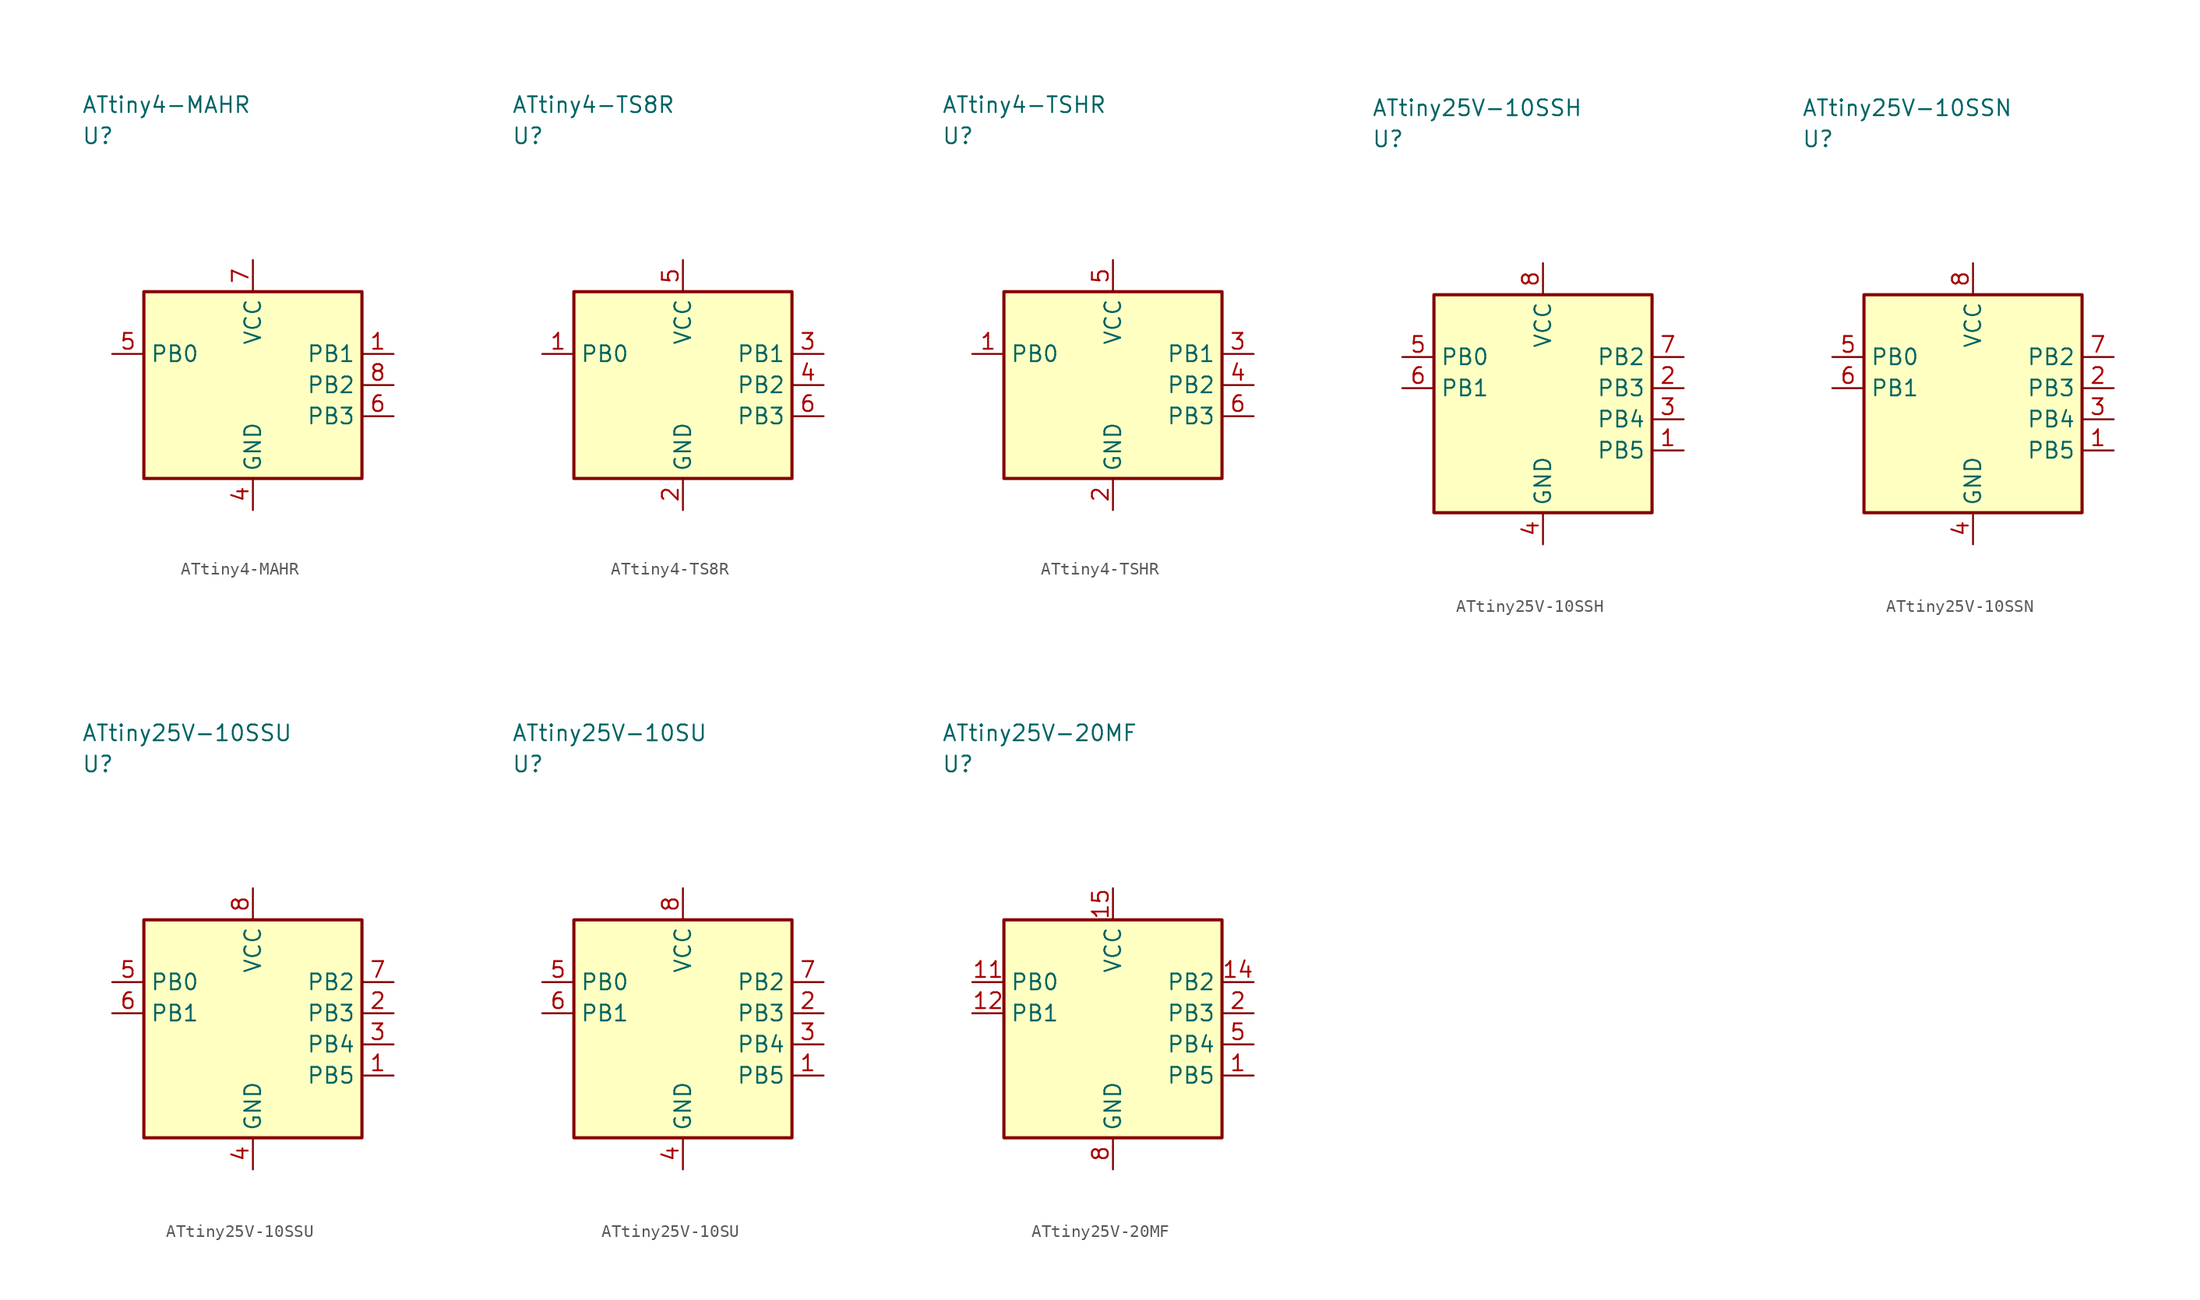
<source format=kicad_sym>
(kicad_symbol_lib
  (version 20241025)
  (generator "kicad_symbol_editor")
  (generator_version "8.0")
  (symbol "ATtiny4-MAHR"
    (property "Reference" "U"
      (at -13.75 20.0 0)
      (effects (font (size 1.27 1.27)) (justify left)))
    (property "Value" "ATtiny4-MAHR"
      (at -13.75 22.5 0)
      (effects (font (size 1.27 1.27)) (justify left)))
    (symbol "ATtiny4-MAHR_0_1"
      (rectangle (start -8.75 7.5) (end 8.75 -7.5) (stroke (width 0.254) (type default)) (fill (type background))))
    (symbol "ATtiny4-MAHR_1_1"
      (pin bidirectional line (at 11.29 2.5 180.0) (length 2.54) (name "PB1" (effects (font (size 1.27 1.27)))) (number "1" (effects (font (size 1.27 1.27)))))
      (pin passive line (at 0.0 -10.04 90.0) (length 2.54) (name "GND" (effects (font (size 1.27 1.27)))) (number "4" (effects (font (size 1.27 1.27)))))
      (pin bidirectional line (at -11.29 2.5 0.0) (length 2.54) (name "PB0" (effects (font (size 1.27 1.27)))) (number "5" (effects (font (size 1.27 1.27)))))
      (pin bidirectional line (at 11.29 -2.5 180.0) (length 2.54) (name "PB3" (effects (font (size 1.27 1.27)))) (number "6" (effects (font (size 1.27 1.27)))))
      (pin power_in line (at 0.0 10.04 270.0) (length 2.54) (name "VCC" (effects (font (size 1.27 1.27)))) (number "7" (effects (font (size 1.27 1.27)))))
      (pin bidirectional line (at 11.29 0.0 180.0) (length 2.54) (name "PB2" (effects (font (size 1.27 1.27)))) (number "8" (effects (font (size 1.27 1.27)))))))
  (symbol "ATtiny4-TS8R"
    (property "Reference" "U"
      (at -13.75 20.0 0)
      (effects (font (size 1.27 1.27)) (justify left)))
    (property "Value" "ATtiny4-TS8R"
      (at -13.75 22.5 0)
      (effects (font (size 1.27 1.27)) (justify left)))
    (symbol "ATtiny4-TS8R_0_1"
      (rectangle (start -8.75 7.5) (end 8.75 -7.5) (stroke (width 0.254) (type default)) (fill (type background))))
    (symbol "ATtiny4-TS8R_1_1"
      (pin bidirectional line (at -11.29 2.5 0.0) (length 2.54) (name "PB0" (effects (font (size 1.27 1.27)))) (number "1" (effects (font (size 1.27 1.27)))))
      (pin passive line (at 0.0 -10.04 90.0) (length 2.54) (name "GND" (effects (font (size 1.27 1.27)))) (number "2" (effects (font (size 1.27 1.27)))))
      (pin bidirectional line (at 11.29 2.5 180.0) (length 2.54) (name "PB1" (effects (font (size 1.27 1.27)))) (number "3" (effects (font (size 1.27 1.27)))))
      (pin bidirectional line (at 11.29 0.0 180.0) (length 2.54) (name "PB2" (effects (font (size 1.27 1.27)))) (number "4" (effects (font (size 1.27 1.27)))))
      (pin power_in line (at 0.0 10.04 270.0) (length 2.54) (name "VCC" (effects (font (size 1.27 1.27)))) (number "5" (effects (font (size 1.27 1.27)))))
      (pin bidirectional line (at 11.29 -2.5 180.0) (length 2.54) (name "PB3" (effects (font (size 1.27 1.27)))) (number "6" (effects (font (size 1.27 1.27)))))))
  (symbol "ATtiny4-TSHR"
    (property "Reference" "U"
      (at -13.75 20.0 0)
      (effects (font (size 1.27 1.27)) (justify left)))
    (property "Value" "ATtiny4-TSHR"
      (at -13.75 22.5 0)
      (effects (font (size 1.27 1.27)) (justify left)))
    (symbol "ATtiny4-TSHR_0_1"
      (rectangle (start -8.75 7.5) (end 8.75 -7.5) (stroke (width 0.254) (type default)) (fill (type background))))
    (symbol "ATtiny4-TSHR_1_1"
      (pin bidirectional line (at -11.29 2.5 0.0) (length 2.54) (name "PB0" (effects (font (size 1.27 1.27)))) (number "1" (effects (font (size 1.27 1.27)))))
      (pin passive line (at 0.0 -10.04 90.0) (length 2.54) (name "GND" (effects (font (size 1.27 1.27)))) (number "2" (effects (font (size 1.27 1.27)))))
      (pin bidirectional line (at 11.29 2.5 180.0) (length 2.54) (name "PB1" (effects (font (size 1.27 1.27)))) (number "3" (effects (font (size 1.27 1.27)))))
      (pin bidirectional line (at 11.29 0.0 180.0) (length 2.54) (name "PB2" (effects (font (size 1.27 1.27)))) (number "4" (effects (font (size 1.27 1.27)))))
      (pin power_in line (at 0.0 10.04 270.0) (length 2.54) (name "VCC" (effects (font (size 1.27 1.27)))) (number "5" (effects (font (size 1.27 1.27)))))
      (pin bidirectional line (at 11.29 -2.5 180.0) (length 2.54) (name "PB3" (effects (font (size 1.27 1.27)))) (number "6" (effects (font (size 1.27 1.27)))))))
  (symbol "ATtiny25V-10SSH"
    (property "Reference" "U"
      (at -13.75 21.25 0)
      (effects (font (size 1.27 1.27)) (justify left)))
    (property "Value" "ATtiny25V-10SSH"
      (at -13.75 23.75 0)
      (effects (font (size 1.27 1.27)) (justify left)))
    (symbol "ATtiny25V-10SSH_0_1"
      (rectangle (start -8.75 8.75) (end 8.75 -8.75) (stroke (width 0.254) (type default)) (fill (type background))))
    (symbol "ATtiny25V-10SSH_1_1"
      (pin bidirectional line (at 11.29 -3.75 180.0) (length 2.54) (name "PB5" (effects (font (size 1.27 1.27)))) (number "1" (effects (font (size 1.27 1.27)))))
      (pin bidirectional line (at 11.29 1.25 180.0) (length 2.54) (name "PB3" (effects (font (size 1.27 1.27)))) (number "2" (effects (font (size 1.27 1.27)))))
      (pin bidirectional line (at 11.29 -1.25 180.0) (length 2.54) (name "PB4" (effects (font (size 1.27 1.27)))) (number "3" (effects (font (size 1.27 1.27)))))
      (pin passive line (at 0.0 -11.29 90.0) (length 2.54) (name "GND" (effects (font (size 1.27 1.27)))) (number "4" (effects (font (size 1.27 1.27)))))
      (pin bidirectional line (at -11.29 3.75 0.0) (length 2.54) (name "PB0" (effects (font (size 1.27 1.27)))) (number "5" (effects (font (size 1.27 1.27)))))
      (pin bidirectional line (at -11.29 1.25 0.0) (length 2.54) (name "PB1" (effects (font (size 1.27 1.27)))) (number "6" (effects (font (size 1.27 1.27)))))
      (pin bidirectional line (at 11.29 3.75 180.0) (length 2.54) (name "PB2" (effects (font (size 1.27 1.27)))) (number "7" (effects (font (size 1.27 1.27)))))
      (pin power_in line (at 0.0 11.29 270.0) (length 2.54) (name "VCC" (effects (font (size 1.27 1.27)))) (number "8" (effects (font (size 1.27 1.27)))))))
  (symbol "ATtiny25V-10SSN"
    (property "Reference" "U"
      (at -13.75 21.25 0)
      (effects (font (size 1.27 1.27)) (justify left)))
    (property "Value" "ATtiny25V-10SSN"
      (at -13.75 23.75 0)
      (effects (font (size 1.27 1.27)) (justify left)))
    (symbol "ATtiny25V-10SSN_0_1"
      (rectangle (start -8.75 8.75) (end 8.75 -8.75) (stroke (width 0.254) (type default)) (fill (type background))))
    (symbol "ATtiny25V-10SSN_1_1"
      (pin bidirectional line (at 11.29 -3.75 180.0) (length 2.54) (name "PB5" (effects (font (size 1.27 1.27)))) (number "1" (effects (font (size 1.27 1.27)))))
      (pin bidirectional line (at 11.29 1.25 180.0) (length 2.54) (name "PB3" (effects (font (size 1.27 1.27)))) (number "2" (effects (font (size 1.27 1.27)))))
      (pin bidirectional line (at 11.29 -1.25 180.0) (length 2.54) (name "PB4" (effects (font (size 1.27 1.27)))) (number "3" (effects (font (size 1.27 1.27)))))
      (pin passive line (at 0.0 -11.29 90.0) (length 2.54) (name "GND" (effects (font (size 1.27 1.27)))) (number "4" (effects (font (size 1.27 1.27)))))
      (pin bidirectional line (at -11.29 3.75 0.0) (length 2.54) (name "PB0" (effects (font (size 1.27 1.27)))) (number "5" (effects (font (size 1.27 1.27)))))
      (pin bidirectional line (at -11.29 1.25 0.0) (length 2.54) (name "PB1" (effects (font (size 1.27 1.27)))) (number "6" (effects (font (size 1.27 1.27)))))
      (pin bidirectional line (at 11.29 3.75 180.0) (length 2.54) (name "PB2" (effects (font (size 1.27 1.27)))) (number "7" (effects (font (size 1.27 1.27)))))
      (pin power_in line (at 0.0 11.29 270.0) (length 2.54) (name "VCC" (effects (font (size 1.27 1.27)))) (number "8" (effects (font (size 1.27 1.27)))))))
  (symbol "ATtiny25V-10SSU"
    (property "Reference" "U"
      (at -13.75 21.25 0)
      (effects (font (size 1.27 1.27)) (justify left)))
    (property "Value" "ATtiny25V-10SSU"
      (at -13.75 23.75 0)
      (effects (font (size 1.27 1.27)) (justify left)))
    (symbol "ATtiny25V-10SSU_0_1"
      (rectangle (start -8.75 8.75) (end 8.75 -8.75) (stroke (width 0.254) (type default)) (fill (type background))))
    (symbol "ATtiny25V-10SSU_1_1"
      (pin bidirectional line (at 11.29 -3.75 180.0) (length 2.54) (name "PB5" (effects (font (size 1.27 1.27)))) (number "1" (effects (font (size 1.27 1.27)))))
      (pin bidirectional line (at 11.29 1.25 180.0) (length 2.54) (name "PB3" (effects (font (size 1.27 1.27)))) (number "2" (effects (font (size 1.27 1.27)))))
      (pin bidirectional line (at 11.29 -1.25 180.0) (length 2.54) (name "PB4" (effects (font (size 1.27 1.27)))) (number "3" (effects (font (size 1.27 1.27)))))
      (pin passive line (at 0.0 -11.29 90.0) (length 2.54) (name "GND" (effects (font (size 1.27 1.27)))) (number "4" (effects (font (size 1.27 1.27)))))
      (pin bidirectional line (at -11.29 3.75 0.0) (length 2.54) (name "PB0" (effects (font (size 1.27 1.27)))) (number "5" (effects (font (size 1.27 1.27)))))
      (pin bidirectional line (at -11.29 1.25 0.0) (length 2.54) (name "PB1" (effects (font (size 1.27 1.27)))) (number "6" (effects (font (size 1.27 1.27)))))
      (pin bidirectional line (at 11.29 3.75 180.0) (length 2.54) (name "PB2" (effects (font (size 1.27 1.27)))) (number "7" (effects (font (size 1.27 1.27)))))
      (pin power_in line (at 0.0 11.29 270.0) (length 2.54) (name "VCC" (effects (font (size 1.27 1.27)))) (number "8" (effects (font (size 1.27 1.27)))))))
  (symbol "ATtiny25V-10SU"
    (property "Reference" "U"
      (at -13.75 21.25 0)
      (effects (font (size 1.27 1.27)) (justify left)))
    (property "Value" "ATtiny25V-10SU"
      (at -13.75 23.75 0)
      (effects (font (size 1.27 1.27)) (justify left)))
    (symbol "ATtiny25V-10SU_0_1"
      (rectangle (start -8.75 8.75) (end 8.75 -8.75) (stroke (width 0.254) (type default)) (fill (type background))))
    (symbol "ATtiny25V-10SU_1_1"
      (pin bidirectional line (at 11.29 -3.75 180.0) (length 2.54) (name "PB5" (effects (font (size 1.27 1.27)))) (number "1" (effects (font (size 1.27 1.27)))))
      (pin bidirectional line (at 11.29 1.25 180.0) (length 2.54) (name "PB3" (effects (font (size 1.27 1.27)))) (number "2" (effects (font (size 1.27 1.27)))))
      (pin bidirectional line (at 11.29 -1.25 180.0) (length 2.54) (name "PB4" (effects (font (size 1.27 1.27)))) (number "3" (effects (font (size 1.27 1.27)))))
      (pin passive line (at 0.0 -11.29 90.0) (length 2.54) (name "GND" (effects (font (size 1.27 1.27)))) (number "4" (effects (font (size 1.27 1.27)))))
      (pin bidirectional line (at -11.29 3.75 0.0) (length 2.54) (name "PB0" (effects (font (size 1.27 1.27)))) (number "5" (effects (font (size 1.27 1.27)))))
      (pin bidirectional line (at -11.29 1.25 0.0) (length 2.54) (name "PB1" (effects (font (size 1.27 1.27)))) (number "6" (effects (font (size 1.27 1.27)))))
      (pin bidirectional line (at 11.29 3.75 180.0) (length 2.54) (name "PB2" (effects (font (size 1.27 1.27)))) (number "7" (effects (font (size 1.27 1.27)))))
      (pin power_in line (at 0.0 11.29 270.0) (length 2.54) (name "VCC" (effects (font (size 1.27 1.27)))) (number "8" (effects (font (size 1.27 1.27)))))))
  (symbol "ATtiny25V-20MF"
    (property "Reference" "U"
      (at -13.75 21.25 0)
      (effects (font (size 1.27 1.27)) (justify left)))
    (property "Value" "ATtiny25V-20MF"
      (at -13.75 23.75 0)
      (effects (font (size 1.27 1.27)) (justify left)))
    (symbol "ATtiny25V-20MF_0_1"
      (rectangle (start -8.75 8.75) (end 8.75 -8.75) (stroke (width 0.254) (type default)) (fill (type background))))
    (symbol "ATtiny25V-20MF_1_1"
      (pin bidirectional line (at 11.29 -3.75 180.0) (length 2.54) (name "PB5" (effects (font (size 1.27 1.27)))) (number "1" (effects (font (size 1.27 1.27)))))
      (pin bidirectional line (at 11.29 1.25 180.0) (length 2.54) (name "PB3" (effects (font (size 1.27 1.27)))) (number "2" (effects (font (size 1.27 1.27)))))
      (pin bidirectional line (at 11.29 -1.25 180.0) (length 2.54) (name "PB4" (effects (font (size 1.27 1.27)))) (number "5" (effects (font (size 1.27 1.27)))))
      (pin passive line (at 0.0 -11.29 90.0) (length 2.54) (name "GND" (effects (font (size 1.27 1.27)))) (number "8" (effects (font (size 1.27 1.27)))))
      (pin bidirectional line (at -11.29 3.75 0.0) (length 2.54) (name "PB0" (effects (font (size 1.27 1.27)))) (number "11" (effects (font (size 1.27 1.27)))))
      (pin bidirectional line (at -11.29 1.25 0.0) (length 2.54) (name "PB1" (effects (font (size 1.27 1.27)))) (number "12" (effects (font (size 1.27 1.27)))))
      (pin bidirectional line (at 11.29 3.75 180.0) (length 2.54) (name "PB2" (effects (font (size 1.27 1.27)))) (number "14" (effects (font (size 1.27 1.27)))))
      (pin power_in line (at 0.0 11.29 270.0) (length 2.54) (name "VCC" (effects (font (size 1.27 1.27)))) (number "15" (effects (font (size 1.27 1.27))))))))
</source>
